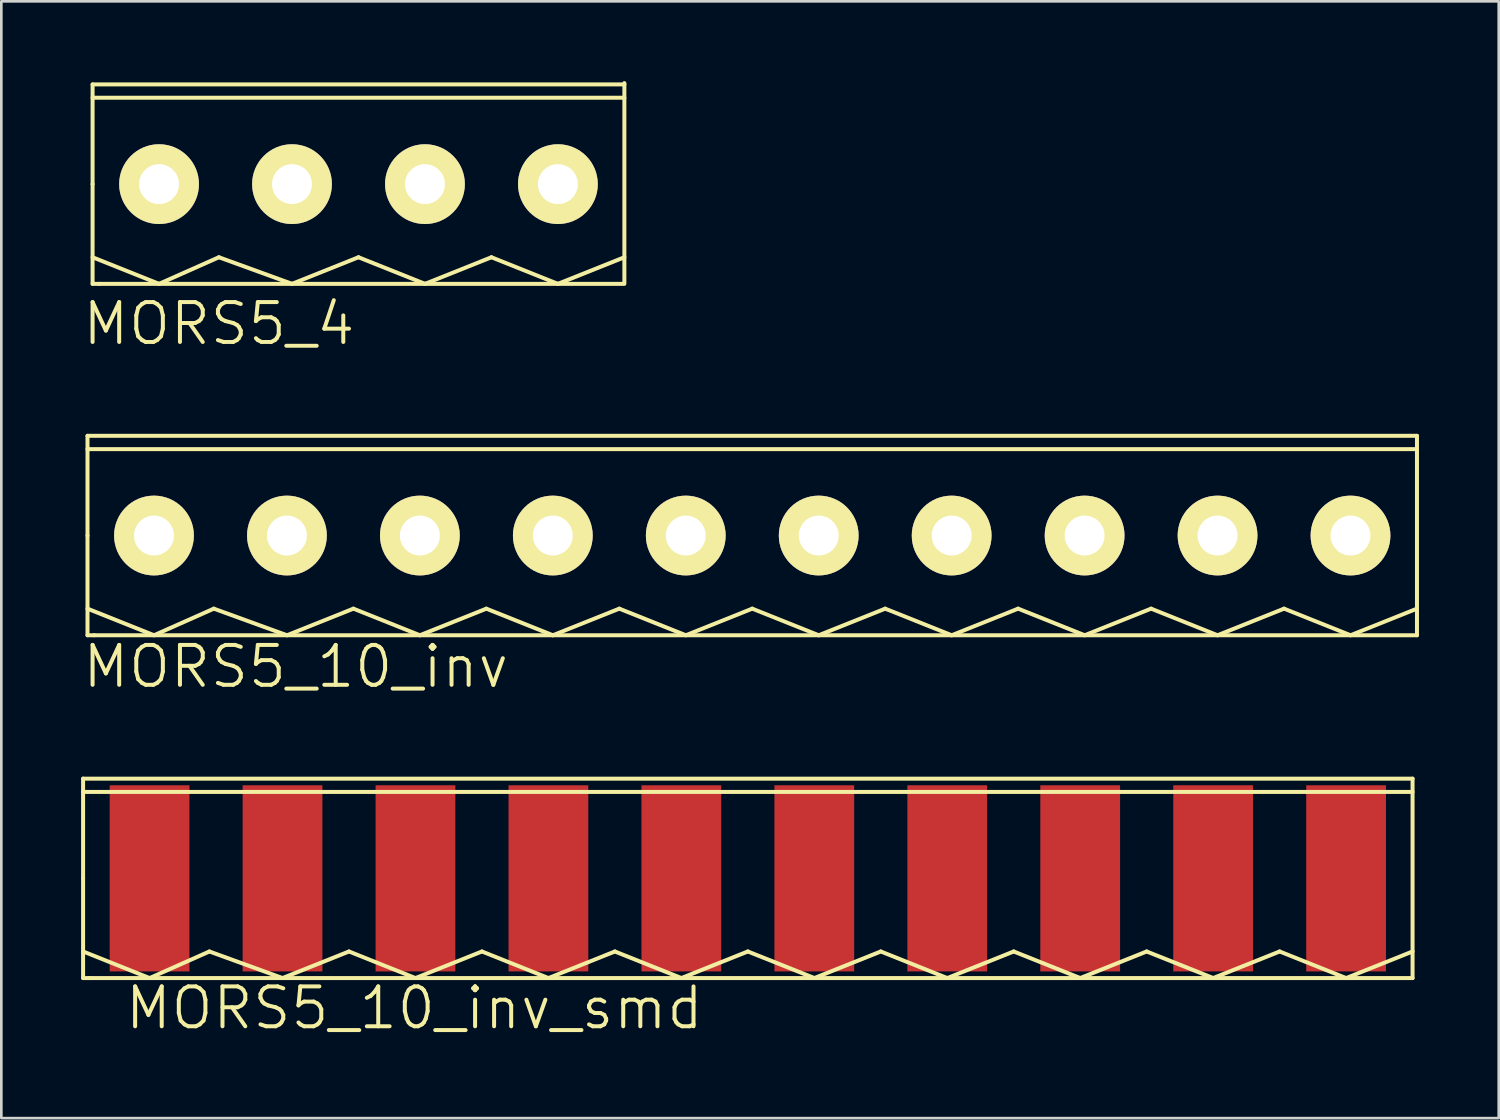
<source format=kicad_pcb>
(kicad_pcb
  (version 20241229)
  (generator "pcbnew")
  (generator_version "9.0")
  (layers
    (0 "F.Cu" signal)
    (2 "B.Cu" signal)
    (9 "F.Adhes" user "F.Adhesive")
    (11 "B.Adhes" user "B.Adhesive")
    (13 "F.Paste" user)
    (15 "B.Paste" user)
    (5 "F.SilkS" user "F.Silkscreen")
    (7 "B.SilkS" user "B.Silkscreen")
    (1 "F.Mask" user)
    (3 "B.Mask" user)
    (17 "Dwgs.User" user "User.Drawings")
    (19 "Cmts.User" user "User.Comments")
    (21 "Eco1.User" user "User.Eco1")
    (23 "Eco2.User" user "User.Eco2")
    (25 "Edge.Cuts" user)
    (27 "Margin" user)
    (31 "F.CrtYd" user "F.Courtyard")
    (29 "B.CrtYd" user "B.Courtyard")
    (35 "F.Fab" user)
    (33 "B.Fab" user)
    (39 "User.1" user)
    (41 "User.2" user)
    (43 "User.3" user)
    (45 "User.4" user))
  (footprint "MORS5_10_inv"
    (layer "F.Cu")
    (at 2.741 17.091)
    (property "Reference" "MORS5_10_inv" (at 5.334 4.928 0) (layer "F.SilkS") (effects (font (size 1.5 1.5) (thickness 0.15))))
    (attr through_hole)
    (fp_line (start -2.5 -3.75) (end 47.5 -3.75) (stroke (width 0.15) (type solid)) (layer "F.SilkS"))
    (fp_line (start -2.5 -3.25) (end 47.5 -3.25) (stroke (width 0.15) (type solid)) (layer "F.SilkS"))
    (fp_line (start -2.5 0) (end -2.5 -3.75) (stroke (width 0.15) (type solid)) (layer "F.SilkS"))
    (fp_line (start -2.5 2.75) (end 0 3.75) (stroke (width 0.15) (type solid)) (layer "F.SilkS"))
    (fp_line (start -2.5 3.75) (end -2.5 0) (stroke (width 0.15) (type solid)) (layer "F.SilkS"))
    (fp_line (start -2.25 3.75) (end -2.5 3.75) (stroke (width 0.15) (type solid)) (layer "F.SilkS"))
    (fp_line (start 0 3.75) (end 2.25 2.75) (stroke (width 0.15) (type solid)) (layer "F.SilkS"))
    (fp_line (start 2.25 2.75) (end 5 3.75) (stroke (width 0.15) (type solid)) (layer "F.SilkS"))
    (fp_line (start 5 3.75) (end 7.5 2.75) (stroke (width 0.15) (type solid)) (layer "F.SilkS"))
    (fp_line (start 7.5 2.75) (end 10 3.75) (stroke (width 0.15) (type solid)) (layer "F.SilkS"))
    (fp_line (start 10 3.75) (end 12.5 2.75) (stroke (width 0.15) (type solid)) (layer "F.SilkS"))
    (fp_line (start 12.5 2.75) (end 15 3.75) (stroke (width 0.15) (type solid)) (layer "F.SilkS"))
    (fp_line (start 15 3.75) (end 17.5 2.75) (stroke (width 0.15) (type solid)) (layer "F.SilkS"))
    (fp_line (start 17.5 2.75) (end 20 3.75) (stroke (width 0.15) (type solid)) (layer "F.SilkS"))
    (fp_line (start 20 3.75) (end 22.5 2.75) (stroke (width 0.15) (type solid)) (layer "F.SilkS"))
    (fp_line (start 22.5 2.75) (end 25 3.75) (stroke (width 0.15) (type solid)) (layer "F.SilkS"))
    (fp_line (start 25 3.75) (end 27.5 2.75) (stroke (width 0.15) (type solid)) (layer "F.SilkS"))
    (fp_line (start 27.5 2.75) (end 30 3.75) (stroke (width 0.15) (type solid)) (layer "F.SilkS"))
    (fp_line (start 30 3.75) (end 32.5 2.75) (stroke (width 0.15) (type solid)) (layer "F.SilkS"))
    (fp_line (start 32.5 2.75) (end 35 3.75) (stroke (width 0.15) (type solid)) (layer "F.SilkS"))
    (fp_line (start 35 3.75) (end 37.5 2.75) (stroke (width 0.15) (type solid)) (layer "F.SilkS"))
    (fp_line (start 37.5 2.75) (end 40 3.75) (stroke (width 0.15) (type solid)) (layer "F.SilkS"))
    (fp_line (start 40 3.75) (end 42.5 2.75) (stroke (width 0.15) (type solid)) (layer "F.SilkS"))
    (fp_line (start 42.5 2.75) (end 45 3.75) (stroke (width 0.15) (type solid)) (layer "F.SilkS"))
    (fp_line (start 45 3.75) (end 47.5 2.75) (stroke (width 0.15) (type solid)) (layer "F.SilkS"))
    (fp_line (start 47.5 3.75) (end -2.25 3.75) (stroke (width 0.15) (type solid)) (layer "F.SilkS"))
    (fp_line (start 47.5 3.75) (end 47.5 -3.75) (stroke (width 0.15) (type solid)) (layer "F.SilkS"))
    (pad "1" thru_hole circle (at 45 0) (size 3 3) (drill 1.5) (layers "*.Cu" "*.Mask" "F.SilkS"))
    (pad "2" thru_hole circle (at 40 0) (size 3 3) (drill 1.5) (layers "*.Cu" "*.Mask" "F.SilkS"))
    (pad "3" thru_hole circle (at 35 0) (size 3 3) (drill 1.5) (layers "*.Cu" "*.Mask" "F.SilkS"))
    (pad "4" thru_hole circle (at 30 0) (size 3 3) (drill 1.5) (layers "*.Cu" "*.Mask" "F.SilkS"))
    (pad "5" thru_hole circle (at 25 0) (size 3 3) (drill 1.5) (layers "*.Cu" "*.Mask" "F.SilkS"))
    (pad "6" thru_hole circle (at 20 0) (size 3 3) (drill 1.5) (layers "*.Cu" "*.Mask" "F.SilkS"))
    (pad "7" thru_hole circle (at 15 0) (size 3 3) (drill 1.5) (layers "*.Cu" "*.Mask" "F.SilkS"))
    (pad "8" thru_hole circle (at 10 0) (size 3 3) (drill 1.5) (layers "*.Cu" "*.Mask" "F.SilkS"))
    (pad "9" thru_hole circle (at 5 0) (size 3 3) (drill 1.5) (layers "*.Cu" "*.Mask" "F.SilkS"))
    (pad "10" thru_hole circle (at 0 0) (size 3 3) (drill 1.5) (layers "*.Cu" "*.Mask" "F.SilkS")))
  (footprint "MORS5_10_inv_smd"
    (layer "F.Cu")
    (at 2.575 29.984)
    (property "Reference" "MORS5_10_inv_smd" (at 9.957 4.877 0) (layer "F.SilkS") (effects (font (size 1.5 1.5) (thickness 0.15))))
    (attr through_hole)
    (fp_line (start -2.5 -3.75) (end 47.5 -3.75) (stroke (width 0.15) (type solid)) (layer "F.SilkS"))
    (fp_line (start -2.5 -3.25) (end 47.5 -3.25) (stroke (width 0.15) (type solid)) (layer "F.SilkS"))
    (fp_line (start -2.5 0) (end -2.5 -3.75) (stroke (width 0.15) (type solid)) (layer "F.SilkS"))
    (fp_line (start -2.5 2.75) (end 0 3.75) (stroke (width 0.15) (type solid)) (layer "F.SilkS"))
    (fp_line (start -2.5 3.75) (end -2.5 0) (stroke (width 0.15) (type solid)) (layer "F.SilkS"))
    (fp_line (start -2.25 3.75) (end -2.5 3.75) (stroke (width 0.15) (type solid)) (layer "F.SilkS"))
    (fp_line (start 0 3.75) (end 2.25 2.75) (stroke (width 0.15) (type solid)) (layer "F.SilkS"))
    (fp_line (start 2.25 2.75) (end 5 3.75) (stroke (width 0.15) (type solid)) (layer "F.SilkS"))
    (fp_line (start 5 3.75) (end 7.5 2.75) (stroke (width 0.15) (type solid)) (layer "F.SilkS"))
    (fp_line (start 7.5 2.75) (end 10 3.75) (stroke (width 0.15) (type solid)) (layer "F.SilkS"))
    (fp_line (start 10 3.75) (end 12.5 2.75) (stroke (width 0.15) (type solid)) (layer "F.SilkS"))
    (fp_line (start 12.5 2.75) (end 15 3.75) (stroke (width 0.15) (type solid)) (layer "F.SilkS"))
    (fp_line (start 15 3.75) (end 17.5 2.75) (stroke (width 0.15) (type solid)) (layer "F.SilkS"))
    (fp_line (start 17.5 2.75) (end 20 3.75) (stroke (width 0.15) (type solid)) (layer "F.SilkS"))
    (fp_line (start 20 3.75) (end 22.5 2.75) (stroke (width 0.15) (type solid)) (layer "F.SilkS"))
    (fp_line (start 22.5 2.75) (end 25 3.75) (stroke (width 0.15) (type solid)) (layer "F.SilkS"))
    (fp_line (start 25 3.75) (end 27.5 2.75) (stroke (width 0.15) (type solid)) (layer "F.SilkS"))
    (fp_line (start 27.5 2.75) (end 30 3.75) (stroke (width 0.15) (type solid)) (layer "F.SilkS"))
    (fp_line (start 30 3.75) (end 32.5 2.75) (stroke (width 0.15) (type solid)) (layer "F.SilkS"))
    (fp_line (start 32.5 2.75) (end 35 3.75) (stroke (width 0.15) (type solid)) (layer "F.SilkS"))
    (fp_line (start 35 3.75) (end 37.5 2.75) (stroke (width 0.15) (type solid)) (layer "F.SilkS"))
    (fp_line (start 37.5 2.75) (end 40 3.75) (stroke (width 0.15) (type solid)) (layer "F.SilkS"))
    (fp_line (start 40 3.75) (end 42.5 2.75) (stroke (width 0.15) (type solid)) (layer "F.SilkS"))
    (fp_line (start 42.5 2.75) (end 45 3.75) (stroke (width 0.15) (type solid)) (layer "F.SilkS"))
    (fp_line (start 45 3.75) (end 47.5 2.75) (stroke (width 0.15) (type solid)) (layer "F.SilkS"))
    (fp_line (start 47.5 3.75) (end -2.25 3.75) (stroke (width 0.15) (type solid)) (layer "F.SilkS"))
    (fp_line (start 47.5 3.75) (end 47.5 -3.75) (stroke (width 0.15) (type solid)) (layer "F.SilkS"))
    (pad "1" smd rect (at 45 0) (size 3 7) (layers "F.Cu" "F.Mask" "F.Paste"))
    (pad "2" smd rect (at 40 0) (size 3 7) (layers "F.Cu" "F.Mask" "F.Paste"))
    (pad "3" smd rect (at 35 0) (size 3 7) (layers "F.Cu" "F.Mask" "F.Paste"))
    (pad "4" smd rect (at 30 0) (size 3 7) (layers "F.Cu" "F.Mask" "F.Paste"))
    (pad "5" smd rect (at 25 0) (size 3 7) (layers "F.Cu" "F.Mask" "F.Paste"))
    (pad "6" smd rect (at 20 0) (size 3 7) (layers "F.Cu" "F.Mask" "F.Paste"))
    (pad "7" smd rect (at 15 0) (size 3 7) (layers "F.Cu" "F.Mask" "F.Paste"))
    (pad "8" smd rect (at 10 0) (size 3 7) (layers "F.Cu" "F.Mask" "F.Paste"))
    (pad "9" smd rect (at 5 0) (size 3 7) (layers "F.Cu" "F.Mask" "F.Paste"))
    (pad "10" smd rect (at 0 0) (size 3 7) (layers "F.Cu" "F.Mask" "F.Paste")))
  (footprint "MORS5_4"
    (layer "F.Cu")
    (at 2.932 3.875)
    (property "Reference" "MORS5_4" (at 2.25 5.25 0) (layer "F.SilkS") (effects (font (size 1.5 1.5) (thickness 0.15))))
    (attr through_hole)
    (fp_line (start -2.5 -3.75) (end 17.5 -3.75) (stroke (width 0.15) (type solid)) (layer "F.SilkS"))
    (fp_line (start -2.5 -3.25) (end 17.5 -3.25) (stroke (width 0.15) (type solid)) (layer "F.SilkS"))
    (fp_line (start -2.5 0) (end -2.5 -3.75) (stroke (width 0.15) (type solid)) (layer "F.SilkS"))
    (fp_line (start -2.5 2.75) (end 0 3.75) (stroke (width 0.15) (type solid)) (layer "F.SilkS"))
    (fp_line (start -2.5 3.75) (end -2.5 0) (stroke (width 0.15) (type solid)) (layer "F.SilkS"))
    (fp_line (start -2.25 3.75) (end -2.5 3.75) (stroke (width 0.15) (type solid)) (layer "F.SilkS"))
    (fp_line (start 0 3.75) (end 2.25 2.75) (stroke (width 0.15) (type solid)) (layer "F.SilkS"))
    (fp_line (start 2.25 2.75) (end 5 3.75) (stroke (width 0.15) (type solid)) (layer "F.SilkS"))
    (fp_line (start 5 3.75) (end 7.5 2.75) (stroke (width 0.15) (type solid)) (layer "F.SilkS"))
    (fp_line (start 7.5 2.75) (end 10 3.75) (stroke (width 0.15) (type solid)) (layer "F.SilkS"))
    (fp_line (start 10 3.75) (end 12.5 2.75) (stroke (width 0.15) (type solid)) (layer "F.SilkS"))
    (fp_line (start 12.5 2.75) (end 15 3.75) (stroke (width 0.15) (type solid)) (layer "F.SilkS"))
    (fp_line (start 15 3.75) (end 17.5 2.75) (stroke (width 0.15) (type solid)) (layer "F.SilkS"))
    (fp_line (start 17.5 -3.8) (end 17.5 3.7) (stroke (width 0.15) (type solid)) (layer "F.SilkS"))
    (fp_line (start 17.5 3.75) (end -2.25 3.75) (stroke (width 0.15) (type solid)) (layer "F.SilkS"))
    (pad "1" thru_hole circle (at 0 0) (size 3 3) (drill 1.5) (layers "*.Cu" "*.Mask" "F.SilkS"))
    (pad "2" thru_hole circle (at 5 0) (size 3 3) (drill 1.5) (layers "*.Cu" "*.Mask" "F.SilkS"))
    (pad "3" thru_hole circle (at 10 0) (size 3 3) (drill 1.5) (layers "*.Cu" "*.Mask" "F.SilkS"))
    (pad "4" thru_hole circle (at 15 0) (size 3 3) (drill 1.5) (layers "*.Cu" "*.Mask" "F.SilkS")))
  (gr_rect
    (start -3 -3)
    (end 53.316 39.002)
    (stroke (width 0.1) (type default))
    (fill no)
    (layer "Edge.Cuts")))
</source>
